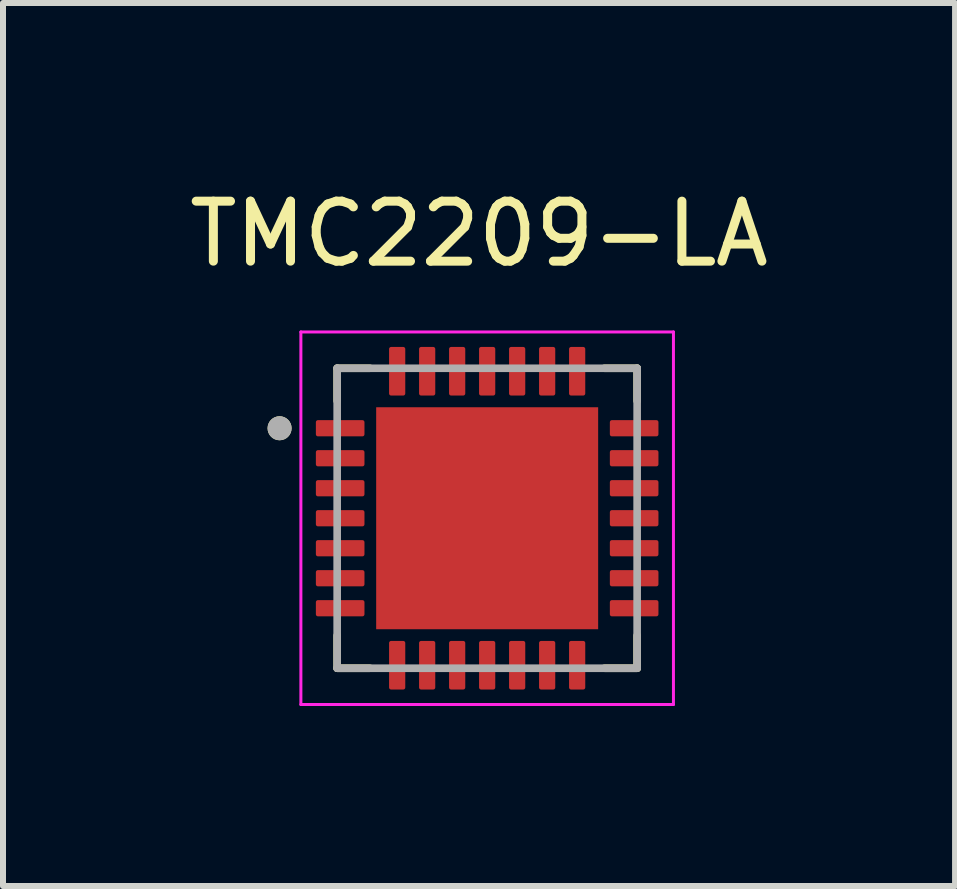
<source format=kicad_pcb>
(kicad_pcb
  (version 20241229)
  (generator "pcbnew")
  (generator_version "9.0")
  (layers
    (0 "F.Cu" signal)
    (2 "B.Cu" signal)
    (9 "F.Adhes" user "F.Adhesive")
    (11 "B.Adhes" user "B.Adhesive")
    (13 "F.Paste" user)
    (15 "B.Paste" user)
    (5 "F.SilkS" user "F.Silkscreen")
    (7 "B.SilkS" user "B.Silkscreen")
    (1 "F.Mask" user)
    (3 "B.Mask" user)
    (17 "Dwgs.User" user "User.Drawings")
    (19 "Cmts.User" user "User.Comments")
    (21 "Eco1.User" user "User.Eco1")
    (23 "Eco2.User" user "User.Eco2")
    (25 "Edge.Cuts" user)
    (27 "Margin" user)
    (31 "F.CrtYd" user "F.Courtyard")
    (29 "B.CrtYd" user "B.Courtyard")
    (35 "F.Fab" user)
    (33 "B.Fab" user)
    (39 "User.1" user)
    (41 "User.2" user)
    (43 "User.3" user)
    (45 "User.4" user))
  (footprint "TMC2209-LA"
    (layer "F.Cu")
    (at 5.07 5.588)
    (property "Reference" "TMC2209-LA" (at -0.135 -4.74 0) (layer "F.SilkS") (effects (font (size 1 1) (thickness 0.15))))
    (attr smd)
    (fp_line (start -2.5 -2.5) (end -2.5 -1.955) (stroke (width 0.127) (type solid)) (layer "F.SilkS"))
    (fp_line (start -2.5 -2.5) (end -1.955 -2.5) (stroke (width 0.127) (type solid)) (layer "F.SilkS"))
    (fp_line (start -2.5 2.5) (end -2.5 1.955) (stroke (width 0.127) (type solid)) (layer "F.SilkS"))
    (fp_line (start -2.5 2.5) (end -1.955 2.5) (stroke (width 0.127) (type solid)) (layer "F.SilkS"))
    (fp_line (start 2.5 -2.5) (end 1.955 -2.5) (stroke (width 0.127) (type solid)) (layer "F.SilkS"))
    (fp_line (start 2.5 -2.5) (end 2.5 -1.955) (stroke (width 0.127) (type solid)) (layer "F.SilkS"))
    (fp_line (start 2.5 2.5) (end 1.955 2.5) (stroke (width 0.127) (type solid)) (layer "F.SilkS"))
    (fp_line (start 2.5 2.5) (end 2.5 1.955) (stroke (width 0.127) (type solid)) (layer "F.SilkS"))
    (fp_circle (center -3.46 -1.5) (end -3.36 -1.5) (stroke (width 0.2) (type solid)) (fill no) (layer "F.SilkS"))
    (fp_poly (pts (xy -1.17 -1.17) (xy 1.17 -1.17) (xy 1.17 1.17) (xy -1.17 1.17)) (stroke (width 0.01) (type solid)) (fill yes) (layer "F.Paste"))
    (fp_line (start -3.105 -3.105) (end 3.105 -3.105) (stroke (width 0.05) (type solid)) (layer "F.CrtYd"))
    (fp_line (start -3.105 3.105) (end -3.105 -3.105) (stroke (width 0.05) (type solid)) (layer "F.CrtYd"))
    (fp_line (start -3.105 3.105) (end 3.105 3.105) (stroke (width 0.05) (type solid)) (layer "F.CrtYd"))
    (fp_line (start 3.105 3.105) (end 3.105 -3.105) (stroke (width 0.05) (type solid)) (layer "F.CrtYd"))
    (fp_line (start -2.5 2.5) (end -2.5 -2.5) (stroke (width 0.127) (type solid)) (layer "F.Fab"))
    (fp_line (start 2.5 -2.5) (end -2.5 -2.5) (stroke (width 0.127) (type solid)) (layer "F.Fab"))
    (fp_line (start 2.5 2.5) (end -2.5 2.5) (stroke (width 0.127) (type solid)) (layer "F.Fab"))
    (fp_line (start 2.5 2.5) (end 2.5 -2.5) (stroke (width 0.127) (type solid)) (layer "F.Fab"))
    (fp_circle (center -3.46 -1.5) (end -3.36 -1.5) (stroke (width 0.2) (type solid)) (fill no) (layer "F.Fab"))
    (pad "1" smd roundrect (at -2.45 -1.5) (size 0.81 0.27) (layers "F.Cu" "F.Mask" "F.Paste") (roundrect_rratio 0.125))
    (pad "2" smd roundrect (at -2.45 -1) (size 0.81 0.27) (layers "F.Cu" "F.Mask" "F.Paste") (roundrect_rratio 0.125))
    (pad "3" smd roundrect (at -2.45 -0.5) (size 0.81 0.27) (layers "F.Cu" "F.Mask" "F.Paste") (roundrect_rratio 0.125))
    (pad "4" smd roundrect (at -2.45 0) (size 0.81 0.27) (layers "F.Cu" "F.Mask" "F.Paste") (roundrect_rratio 0.125))
    (pad "5" smd roundrect (at -2.45 0.5) (size 0.81 0.27) (layers "F.Cu" "F.Mask" "F.Paste") (roundrect_rratio 0.125))
    (pad "6" smd roundrect (at -2.45 1) (size 0.81 0.27) (layers "F.Cu" "F.Mask" "F.Paste") (roundrect_rratio 0.125))
    (pad "7" smd roundrect (at -2.45 1.5) (size 0.81 0.27) (layers "F.Cu" "F.Mask" "F.Paste") (roundrect_rratio 0.125))
    (pad "8" smd roundrect (at -1.5 2.45) (size 0.27 0.81) (layers "F.Cu" "F.Mask" "F.Paste") (roundrect_rratio 0.125))
    (pad "9" smd roundrect (at -1 2.45) (size 0.27 0.81) (layers "F.Cu" "F.Mask" "F.Paste") (roundrect_rratio 0.125))
    (pad "10" smd roundrect (at -0.5 2.45) (size 0.27 0.81) (layers "F.Cu" "F.Mask" "F.Paste") (roundrect_rratio 0.125))
    (pad "11" smd roundrect (at 0 2.45) (size 0.27 0.81) (layers "F.Cu" "F.Mask" "F.Paste") (roundrect_rratio 0.125))
    (pad "12" smd roundrect (at 0.5 2.45) (size 0.27 0.81) (layers "F.Cu" "F.Mask" "F.Paste") (roundrect_rratio 0.125))
    (pad "13" smd roundrect (at 1 2.45) (size 0.27 0.81) (layers "F.Cu" "F.Mask" "F.Paste") (roundrect_rratio 0.125))
    (pad "14" smd roundrect (at 1.5 2.45) (size 0.27 0.81) (layers "F.Cu" "F.Mask" "F.Paste") (roundrect_rratio 0.125))
    (pad "15" smd roundrect (at 2.45 1.5) (size 0.81 0.27) (layers "F.Cu" "F.Mask" "F.Paste") (roundrect_rratio 0.125))
    (pad "16" smd roundrect (at 2.45 1) (size 0.81 0.27) (layers "F.Cu" "F.Mask" "F.Paste") (roundrect_rratio 0.125))
    (pad "17" smd roundrect (at 2.45 0.5) (size 0.81 0.27) (layers "F.Cu" "F.Mask" "F.Paste") (roundrect_rratio 0.125))
    (pad "18" smd roundrect (at 2.45 0) (size 0.81 0.27) (layers "F.Cu" "F.Mask" "F.Paste") (roundrect_rratio 0.125))
    (pad "19" smd roundrect (at 2.45 -0.5) (size 0.81 0.27) (layers "F.Cu" "F.Mask" "F.Paste") (roundrect_rratio 0.125))
    (pad "20" smd roundrect (at 2.45 -1) (size 0.81 0.27) (layers "F.Cu" "F.Mask" "F.Paste") (roundrect_rratio 0.125))
    (pad "21" smd roundrect (at 2.45 -1.5) (size 0.81 0.27) (layers "F.Cu" "F.Mask" "F.Paste") (roundrect_rratio 0.125))
    (pad "22" smd roundrect (at 1.5 -2.45) (size 0.27 0.81) (layers "F.Cu" "F.Mask" "F.Paste") (roundrect_rratio 0.125))
    (pad "23" smd roundrect (at 1 -2.45) (size 0.27 0.81) (layers "F.Cu" "F.Mask" "F.Paste") (roundrect_rratio 0.125))
    (pad "24" smd roundrect (at 0.5 -2.45) (size 0.27 0.81) (layers "F.Cu" "F.Mask" "F.Paste") (roundrect_rratio 0.125))
    (pad "25" smd roundrect (at 0 -2.45) (size 0.27 0.81) (layers "F.Cu" "F.Mask" "F.Paste") (roundrect_rratio 0.125))
    (pad "26" smd roundrect (at -0.5 -2.45) (size 0.27 0.81) (layers "F.Cu" "F.Mask" "F.Paste") (roundrect_rratio 0.125))
    (pad "27" smd roundrect (at -1 -2.45) (size 0.27 0.81) (layers "F.Cu" "F.Mask" "F.Paste") (roundrect_rratio 0.125))
    (pad "28" smd roundrect (at -1.5 -2.45) (size 0.27 0.81) (layers "F.Cu" "F.Mask" "F.Paste") (roundrect_rratio 0.125))
    (pad "29" smd rect (at 0 0) (size 3.7 3.7) (layers "F.Cu" "F.Mask")))
  (gr_rect
    (start -3 -3)
    (end 12.869 11.718)
    (stroke (width 0.1) (type default))
    (fill no)
    (layer "Edge.Cuts")))
</source>
